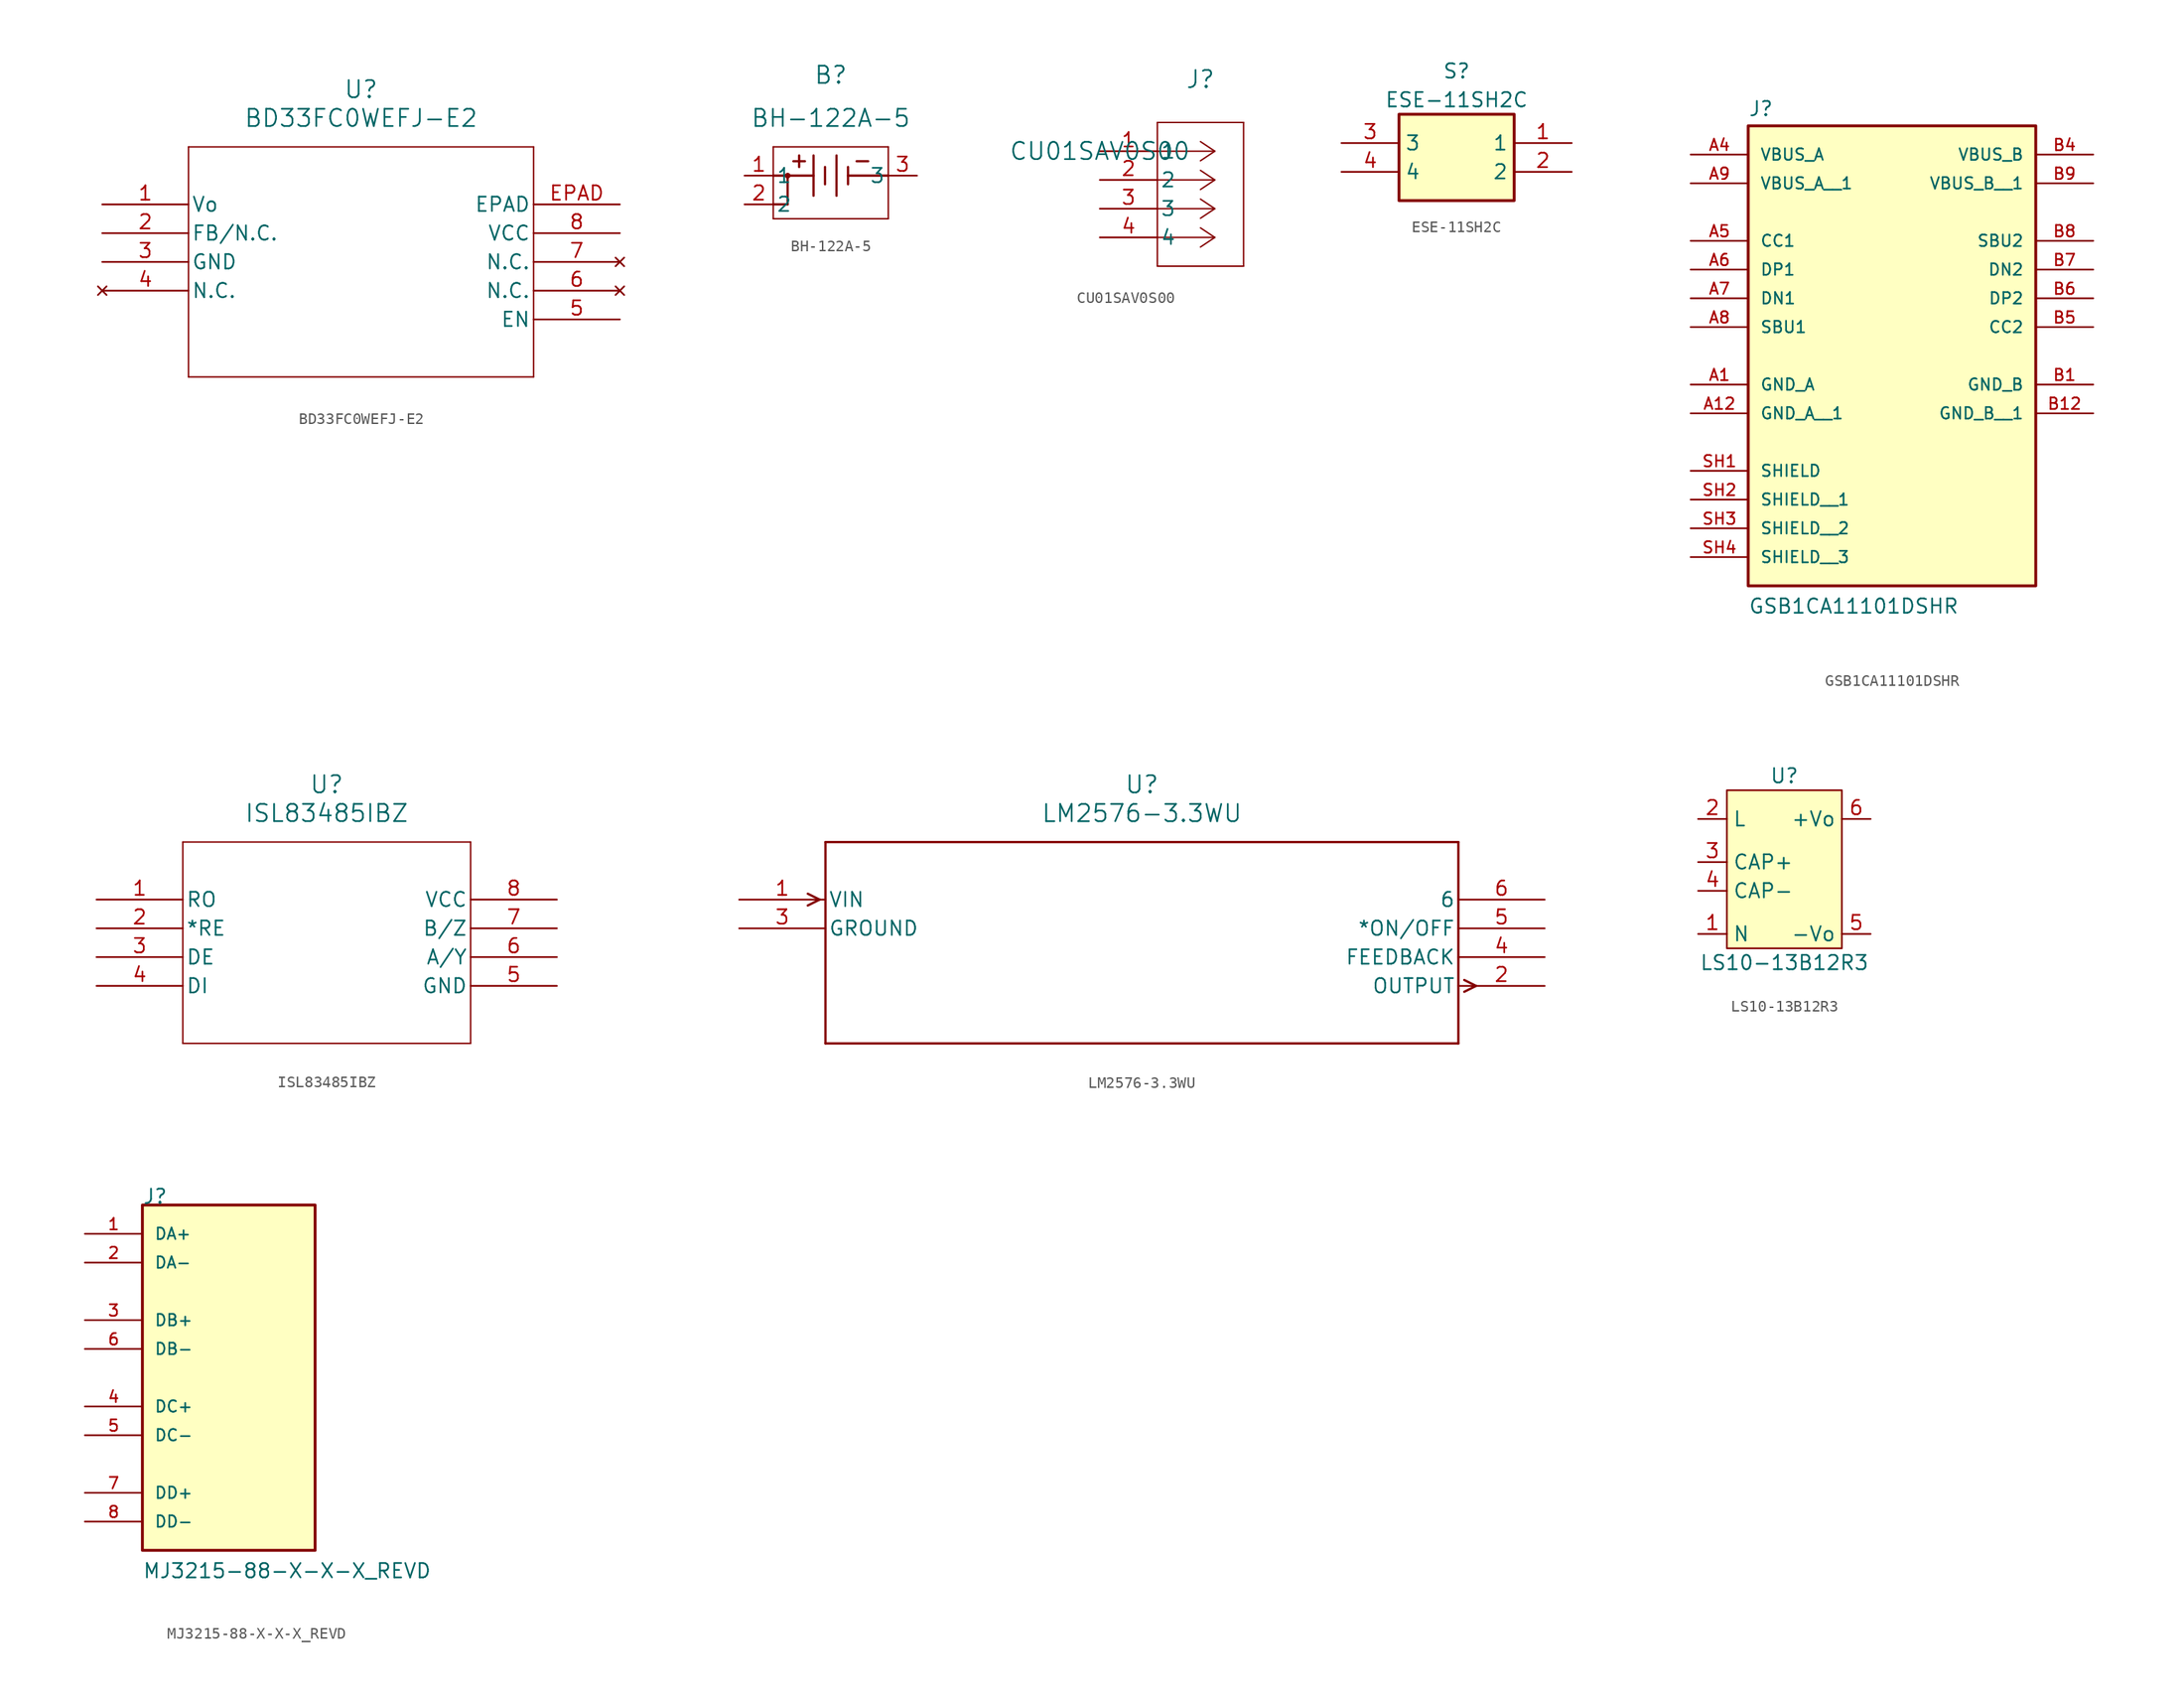
<source format=kicad_sym>
(kicad_symbol_lib
  (version 20211014)
  (generator kicad_symbol_editor)
  (symbol "BD33FC0WEFJ-E2"
    (pin_names
      (offset 0.254))
    (property "Reference" "U"
      (at 22.86 10.16 0)
      (effects (font (size 1.524 1.524))))
    (property "Value" "BD33FC0WEFJ-E2"
      (at 22.86 7.62 0)
      (effects (font (size 1.524 1.524))))
    (property "ki_locked" ""
      (at 0 0 0)
      (effects (font (size 1.27 1.27))))
    (symbol "BD33FC0WEFJ-E2_0_1"
      (polyline (pts (xy 7.62 -15.24) (xy 38.1 -15.24)) (stroke (width 0.127) (type default) (color 0 0 0 0)) (fill (type none)))
      (polyline (pts (xy 7.62 5.08) (xy 7.62 -15.24)) (stroke (width 0.127) (type default) (color 0 0 0 0)) (fill (type none)))
      (polyline (pts (xy 38.1 -15.24) (xy 38.1 5.08)) (stroke (width 0.127) (type default) (color 0 0 0 0)) (fill (type none)))
      (polyline (pts (xy 38.1 5.08) (xy 7.62 5.08)) (stroke (width 0.127) (type default) (color 0 0 0 0)) (fill (type none)))
      (pin unspecified line (at 0 0 0) (length 7.62) (name "Vo" (effects (font (size 1.27 1.27)))) (number "1" (effects (font (size 1.27 1.27)))))
      (pin unspecified line (at 0 -2.54 0) (length 7.62) (name "FB/N.C." (effects (font (size 1.27 1.27)))) (number "2" (effects (font (size 1.27 1.27)))))
      (pin power_out line (at 0 -5.08 0) (length 7.62) (name "GND" (effects (font (size 1.27 1.27)))) (number "3" (effects (font (size 1.27 1.27)))))
      (pin no_connect line (at 0 -7.62 0) (length 7.62) (name "N.C." (effects (font (size 1.27 1.27)))) (number "4" (effects (font (size 1.27 1.27)))))
      (pin unspecified line (at 45.72 -10.16 180) (length 7.62) (name "EN" (effects (font (size 1.27 1.27)))) (number "5" (effects (font (size 1.27 1.27)))))
      (pin no_connect line (at 45.72 -7.62 180) (length 7.62) (name "N.C." (effects (font (size 1.27 1.27)))) (number "6" (effects (font (size 1.27 1.27)))))
      (pin no_connect line (at 45.72 -5.08 180) (length 7.62) (name "N.C." (effects (font (size 1.27 1.27)))) (number "7" (effects (font (size 1.27 1.27)))))
      (pin power_in line (at 45.72 -2.54 180) (length 7.62) (name "VCC" (effects (font (size 1.27 1.27)))) (number "8" (effects (font (size 1.27 1.27)))))
      (pin unspecified line (at 45.72 0 180) (length 7.62) (name "EPAD" (effects (font (size 1.27 1.27)))) (number "EPAD" (effects (font (size 1.27 1.27)))))))
  (symbol "BH-122A-5"
    (pin_names
      (offset 0.254))
    (property "Reference" "B"
      (at 7.62 8.89 0)
      (effects (font (size 1.524 1.524))))
    (property "Value" "BH-122A-5"
      (at 7.62 5.08 0)
      (effects (font (size 1.524 1.524))))
    (symbol "BH-122A-5_0_1"
      (polyline (pts (xy 9.144 0) (xy 12.7 0)) (stroke (width 0.203) (type default) (color 0 0 0 0)) (fill (type none)))
      (polyline (pts (xy 6.096 -1.778) (xy 6.096 1.778)) (stroke (width 0.203) (type default) (color 0 0 0 0)) (fill (type none)))
      (polyline (pts (xy 4.318 1.27) (xy 5.334 1.27)) (stroke (width 0.203) (type default) (color 0 0 0 0)) (fill (type none)))
      (polyline (pts (xy 2.54 2.54) (xy 2.54 -3.81)) (stroke (width 0.127) (type default) (color 0 0 0 0)) (fill (type none)))
      (polyline (pts (xy 8.128 -1.778) (xy 8.128 1.778)) (stroke (width 0.203) (type default) (color 0 0 0 0)) (fill (type none)))
      (polyline (pts (xy 9.144 0.762) (xy 9.144 -0.762)) (stroke (width 0.203) (type default) (color 0 0 0 0)) (fill (type none)))
      (polyline (pts (xy 7.112 0.762) (xy 7.112 -0.762)) (stroke (width 0.203) (type default) (color 0 0 0 0)) (fill (type none)))
      (polyline (pts (xy 9.906 1.27) (xy 10.922 1.27)) (stroke (width 0.203) (type default) (color 0 0 0 0)) (fill (type none)))
      (polyline (pts (xy 2.54 -3.81) (xy 12.7 -3.81)) (stroke (width 0.127) (type default) (color 0 0 0 0)) (fill (type none)))
      (polyline (pts (xy 12.7 -3.81) (xy 12.7 2.54)) (stroke (width 0.127) (type default) (color 0 0 0 0)) (fill (type none)))
      (polyline (pts (xy 12.7 2.54) (xy 2.54 2.54)) (stroke (width 0.127) (type default) (color 0 0 0 0)) (fill (type none)))
      (polyline (pts (xy 4.826 1.778) (xy 4.826 0.762)) (stroke (width 0.203) (type default) (color 0 0 0 0)) (fill (type none)))
      (polyline (pts (xy 2.54 0) (xy 6.096 0)) (stroke (width 0.203) (type default) (color 0 0 0 0)) (fill (type none)))
      (polyline (pts (xy 3.81 0) (xy 3.81 -2.54)) (stroke (width 0.203) (type default) (color 0 0 0 0)) (fill (type none)))
      (polyline (pts (xy 2.54 -2.54) (xy 3.81 -2.54)) (stroke (width 0.203) (type default) (color 0 0 0 0)) (fill (type none)))
      (circle (center 3.81 0) (radius 0.127) (stroke (width 0.254) (type default) (color 0 0 0 0)) (fill (type none)))
      (pin unspecified line (at 0 0 0) (length 2.54) (name "1" (effects (font (size 1.27 1.27)))) (number "1" (effects (font (size 1.27 1.27)))))
      (pin unspecified line (at 0 -2.54 0) (length 2.54) (name "2" (effects (font (size 1.27 1.27)))) (number "2" (effects (font (size 1.27 1.27)))))
      (pin unspecified line (at 15.24 0 180) (length 2.54) (name "3" (effects (font (size 1.27 1.27)))) (number "3" (effects (font (size 1.27 1.27)))))))
  (symbol "CU01SAV0S00"
    (pin_names
      (offset 0.254))
    (property "Reference" "J"
      (at 8.89 6.35 0)
      (effects (font (size 1.524 1.524))))
    (property "Value" "CU01SAV0S00"
      (at 0 0 0)
      (effects (font (size 1.524 1.524))))
    (property "ki_locked" ""
      (at 0 0 0)
      (effects (font (size 1.27 1.27))))
    (symbol "CU01SAV0S00_1_1"
      (polyline (pts (xy 5.08 -10.16) (xy 12.7 -10.16)) (stroke (width 0.127) (type default) (color 0 0 0 0)) (fill (type none)))
      (polyline (pts (xy 5.08 2.54) (xy 5.08 -10.16)) (stroke (width 0.127) (type default) (color 0 0 0 0)) (fill (type none)))
      (polyline (pts (xy 10.16 -7.62) (xy 5.08 -7.62)) (stroke (width 0.127) (type default) (color 0 0 0 0)) (fill (type none)))
      (polyline (pts (xy 10.16 -7.62) (xy 8.89 -8.467)) (stroke (width 0.127) (type default) (color 0 0 0 0)) (fill (type none)))
      (polyline (pts (xy 10.16 -7.62) (xy 8.89 -6.773)) (stroke (width 0.127) (type default) (color 0 0 0 0)) (fill (type none)))
      (polyline (pts (xy 10.16 -5.08) (xy 5.08 -5.08)) (stroke (width 0.127) (type default) (color 0 0 0 0)) (fill (type none)))
      (polyline (pts (xy 10.16 -5.08) (xy 8.89 -5.927)) (stroke (width 0.127) (type default) (color 0 0 0 0)) (fill (type none)))
      (polyline (pts (xy 10.16 -5.08) (xy 8.89 -4.233)) (stroke (width 0.127) (type default) (color 0 0 0 0)) (fill (type none)))
      (polyline (pts (xy 10.16 -2.54) (xy 5.08 -2.54)) (stroke (width 0.127) (type default) (color 0 0 0 0)) (fill (type none)))
      (polyline (pts (xy 10.16 -2.54) (xy 8.89 -3.387)) (stroke (width 0.127) (type default) (color 0 0 0 0)) (fill (type none)))
      (polyline (pts (xy 10.16 -2.54) (xy 8.89 -1.693)) (stroke (width 0.127) (type default) (color 0 0 0 0)) (fill (type none)))
      (polyline (pts (xy 10.16 0) (xy 5.08 0)) (stroke (width 0.127) (type default) (color 0 0 0 0)) (fill (type none)))
      (polyline (pts (xy 10.16 0) (xy 8.89 -0.847)) (stroke (width 0.127) (type default) (color 0 0 0 0)) (fill (type none)))
      (polyline (pts (xy 10.16 0) (xy 8.89 0.847)) (stroke (width 0.127) (type default) (color 0 0 0 0)) (fill (type none)))
      (polyline (pts (xy 12.7 -10.16) (xy 12.7 2.54)) (stroke (width 0.127) (type default) (color 0 0 0 0)) (fill (type none)))
      (polyline (pts (xy 12.7 2.54) (xy 5.08 2.54)) (stroke (width 0.127) (type default) (color 0 0 0 0)) (fill (type none)))
      (pin unspecified line (at 0 0 0) (length 5.08) (name "1" (effects (font (size 1.27 1.27)))) (number "1" (effects (font (size 1.27 1.27)))))
      (pin unspecified line (at 0 -2.54 0) (length 5.08) (name "2" (effects (font (size 1.27 1.27)))) (number "2" (effects (font (size 1.27 1.27)))))
      (pin unspecified line (at 0 -5.08 0) (length 5.08) (name "3" (effects (font (size 1.27 1.27)))) (number "3" (effects (font (size 1.27 1.27)))))
      (pin unspecified line (at 0 -7.62 0) (length 5.08) (name "4" (effects (font (size 1.27 1.27)))) (number "4" (effects (font (size 1.27 1.27)))))))
  (symbol "ESE-11SH2C"
    (property "Reference" "S"
      (at 10.16 6.35 0)
      (effects (font (size 1.27 1.27))))
    (property "Value" "ESE-11SH2C"
      (at 10.16 3.81 0)
      (effects (font (size 1.27 1.27))))
    (symbol "ESE-11SH2C_1_1"
      (rectangle (start 5.08 2.54) (end 15.24 -5.08) (stroke (width 0.254) (type default) (color 0 0 0 0)) (fill (type background)))
      (pin passive line (at 20.32 0 180) (length 5.08) (name "1" (effects (font (size 1.27 1.27)))) (number "1" (effects (font (size 1.27 1.27)))))
      (pin passive line (at 20.32 -2.54 180) (length 5.08) (name "2" (effects (font (size 1.27 1.27)))) (number "2" (effects (font (size 1.27 1.27)))))
      (pin passive line (at 0 0 0) (length 5.08) (name "3" (effects (font (size 1.27 1.27)))) (number "3" (effects (font (size 1.27 1.27)))))
      (pin passive line (at 0 -2.54 0) (length 5.08) (name "4" (effects (font (size 1.27 1.27)))) (number "4" (effects (font (size 1.27 1.27)))))))
  (symbol "GSB1CA11101DSHR"
    (pin_names
      (offset 1.016))
    (property "Reference" "J"
      (at -12.7 13.462 0)
      (effects (font (size 1.27 1.27)) (justify left bottom)))
    (property "Value" "GSB1CA11101DSHR"
      (at -12.7 -30.48 0)
      (effects (font (size 1.27 1.27)) (justify left bottom)))
    (symbol "GSB1CA11101DSHR_0_0"
      (rectangle (start -12.7 -27.94) (end 12.7 12.7) (stroke (width 0.254) (type default) (color 0 0 0 0)) (fill (type background)))
      (pin power_in line (at -17.78 -10.16 0) (length 5.08) (name "GND_A" (effects (font (size 1.016 1.016)))) (number "A1" (effects (font (size 1.016 1.016)))))
      (pin power_in line (at -17.78 -12.7 0) (length 5.08) (name "GND_A__1" (effects (font (size 1.016 1.016)))) (number "A12" (effects (font (size 1.016 1.016)))))
      (pin power_in line (at -17.78 10.16 0) (length 5.08) (name "VBUS_A" (effects (font (size 1.016 1.016)))) (number "A4" (effects (font (size 1.016 1.016)))))
      (pin bidirectional line (at -17.78 2.54 0) (length 5.08) (name "CC1" (effects (font (size 1.016 1.016)))) (number "A5" (effects (font (size 1.016 1.016)))))
      (pin bidirectional line (at -17.78 0 0) (length 5.08) (name "DP1" (effects (font (size 1.016 1.016)))) (number "A6" (effects (font (size 1.016 1.016)))))
      (pin bidirectional line (at -17.78 -2.54 0) (length 5.08) (name "DN1" (effects (font (size 1.016 1.016)))) (number "A7" (effects (font (size 1.016 1.016)))))
      (pin bidirectional line (at -17.78 -5.08 0) (length 5.08) (name "SBU1" (effects (font (size 1.016 1.016)))) (number "A8" (effects (font (size 1.016 1.016)))))
      (pin power_in line (at -17.78 7.62 0) (length 5.08) (name "VBUS_A__1" (effects (font (size 1.016 1.016)))) (number "A9" (effects (font (size 1.016 1.016)))))
      (pin power_in line (at 17.78 -10.16 180) (length 5.08) (name "GND_B" (effects (font (size 1.016 1.016)))) (number "B1" (effects (font (size 1.016 1.016)))))
      (pin power_in line (at 17.78 -12.7 180) (length 5.08) (name "GND_B__1" (effects (font (size 1.016 1.016)))) (number "B12" (effects (font (size 1.016 1.016)))))
      (pin power_in line (at 17.78 10.16 180) (length 5.08) (name "VBUS_B" (effects (font (size 1.016 1.016)))) (number "B4" (effects (font (size 1.016 1.016)))))
      (pin bidirectional line (at 17.78 -5.08 180) (length 5.08) (name "CC2" (effects (font (size 1.016 1.016)))) (number "B5" (effects (font (size 1.016 1.016)))))
      (pin bidirectional line (at 17.78 -2.54 180) (length 5.08) (name "DP2" (effects (font (size 1.016 1.016)))) (number "B6" (effects (font (size 1.016 1.016)))))
      (pin bidirectional line (at 17.78 0 180) (length 5.08) (name "DN2" (effects (font (size 1.016 1.016)))) (number "B7" (effects (font (size 1.016 1.016)))))
      (pin bidirectional line (at 17.78 2.54 180) (length 5.08) (name "SBU2" (effects (font (size 1.016 1.016)))) (number "B8" (effects (font (size 1.016 1.016)))))
      (pin power_in line (at 17.78 7.62 180) (length 5.08) (name "VBUS_B__1" (effects (font (size 1.016 1.016)))) (number "B9" (effects (font (size 1.016 1.016)))))
      (pin passive line (at -17.78 -17.78 0) (length 5.08) (name "SHIELD" (effects (font (size 1.016 1.016)))) (number "SH1" (effects (font (size 1.016 1.016)))))
      (pin passive line (at -17.78 -20.32 0) (length 5.08) (name "SHIELD__1" (effects (font (size 1.016 1.016)))) (number "SH2" (effects (font (size 1.016 1.016)))))
      (pin passive line (at -17.78 -22.86 0) (length 5.08) (name "SHIELD__2" (effects (font (size 1.016 1.016)))) (number "SH3" (effects (font (size 1.016 1.016)))))
      (pin passive line (at -17.78 -25.4 0) (length 5.08) (name "SHIELD__3" (effects (font (size 1.016 1.016)))) (number "SH4" (effects (font (size 1.016 1.016)))))))
  (symbol "ISL83485IBZ"
    (pin_names
      (offset 0.254))
    (property "Reference" "U"
      (at 20.32 10.16 0)
      (effects (font (size 1.524 1.524))))
    (property "Value" "ISL83485IBZ"
      (at 20.32 7.62 0)
      (effects (font (size 1.524 1.524))))
    (property "ki_locked" ""
      (at 0 0 0)
      (effects (font (size 1.27 1.27))))
    (symbol "ISL83485IBZ_0_1"
      (polyline (pts (xy 7.62 -12.7) (xy 33.02 -12.7)) (stroke (width 0.127) (type default) (color 0 0 0 0)) (fill (type none)))
      (polyline (pts (xy 7.62 5.08) (xy 7.62 -12.7)) (stroke (width 0.127) (type default) (color 0 0 0 0)) (fill (type none)))
      (polyline (pts (xy 33.02 -12.7) (xy 33.02 5.08)) (stroke (width 0.127) (type default) (color 0 0 0 0)) (fill (type none)))
      (polyline (pts (xy 33.02 5.08) (xy 7.62 5.08)) (stroke (width 0.127) (type default) (color 0 0 0 0)) (fill (type none)))
      (pin output line (at 0 0 0) (length 7.62) (name "RO" (effects (font (size 1.27 1.27)))) (number "1" (effects (font (size 1.27 1.27)))))
      (pin output line (at 0 -2.54 0) (length 7.62) (name "*RE" (effects (font (size 1.27 1.27)))) (number "2" (effects (font (size 1.27 1.27)))))
      (pin output line (at 0 -5.08 0) (length 7.62) (name "DE" (effects (font (size 1.27 1.27)))) (number "3" (effects (font (size 1.27 1.27)))))
      (pin input line (at 0 -7.62 0) (length 7.62) (name "DI" (effects (font (size 1.27 1.27)))) (number "4" (effects (font (size 1.27 1.27)))))
      (pin power_in line (at 40.64 -7.62 180) (length 7.62) (name "GND" (effects (font (size 1.27 1.27)))) (number "5" (effects (font (size 1.27 1.27)))))
      (pin bidirectional line (at 40.64 -5.08 180) (length 7.62) (name "A/Y" (effects (font (size 1.27 1.27)))) (number "6" (effects (font (size 1.27 1.27)))))
      (pin bidirectional line (at 40.64 -2.54 180) (length 7.62) (name "B/Z" (effects (font (size 1.27 1.27)))) (number "7" (effects (font (size 1.27 1.27)))))
      (pin power_in line (at 40.64 0 180) (length 7.62) (name "VCC" (effects (font (size 1.27 1.27)))) (number "8" (effects (font (size 1.27 1.27)))))))
  (symbol "LM2576-3.3WU"
    (pin_names
      (offset 0.254))
    (property "Reference" "U"
      (at 35.56 10.16 0)
      (effects (font (size 1.524 1.524))))
    (property "Value" "LM2576-3.3WU"
      (at 35.56 7.62 0)
      (effects (font (size 1.524 1.524))))
    (property "ki_locked" ""
      (at 0 0 0)
      (effects (font (size 1.27 1.27))))
    (symbol "LM2576-3.3WU_0_1"
      (polyline (pts (xy 7.099 0) (xy 6.058 -0.521)) (stroke (width 0.203) (type default) (color 0 0 0 0)) (fill (type none)))
      (polyline (pts (xy 7.099 0) (xy 6.058 0.521)) (stroke (width 0.203) (type default) (color 0 0 0 0)) (fill (type none)))
      (polyline (pts (xy 7.62 -12.7) (xy 63.5 -12.7)) (stroke (width 0.203) (type default) (color 0 0 0 0)) (fill (type none)))
      (polyline (pts (xy 7.62 5.08) (xy 7.62 -12.7)) (stroke (width 0.203) (type default) (color 0 0 0 0)) (fill (type none)))
      (polyline (pts (xy 63.5 -12.7) (xy 63.5 5.08)) (stroke (width 0.203) (type default) (color 0 0 0 0)) (fill (type none)))
      (polyline (pts (xy 63.5 5.08) (xy 7.62 5.08)) (stroke (width 0.203) (type default) (color 0 0 0 0)) (fill (type none)))
      (polyline (pts (xy 64.021 -8.141) (xy 65.062 -7.62)) (stroke (width 0.203) (type default) (color 0 0 0 0)) (fill (type none)))
      (polyline (pts (xy 64.021 -7.099) (xy 65.062 -7.62)) (stroke (width 0.203) (type default) (color 0 0 0 0)) (fill (type none)))
      (pin input line (at 0 0 0) (length 7.62) (name "VIN" (effects (font (size 1.27 1.27)))) (number "1" (effects (font (size 1.27 1.27)))))
      (pin output line (at 71.12 -7.62 180) (length 7.62) (name "OUTPUT" (effects (font (size 1.27 1.27)))) (number "2" (effects (font (size 1.27 1.27)))))
      (pin power_in line (at 0 -2.54 0) (length 7.62) (name "GROUND" (effects (font (size 1.27 1.27)))) (number "3" (effects (font (size 1.27 1.27)))))
      (pin unspecified line (at 71.12 -5.08 180) (length 7.62) (name "FEEDBACK" (effects (font (size 1.27 1.27)))) (number "4" (effects (font (size 1.27 1.27)))))
      (pin unspecified line (at 71.12 -2.54 180) (length 7.62) (name "*ON/OFF" (effects (font (size 1.27 1.27)))) (number "5" (effects (font (size 1.27 1.27)))))
      (pin unspecified line (at 71.12 0 180) (length 7.62) (name "6" (effects (font (size 1.27 1.27)))) (number "6" (effects (font (size 1.27 1.27)))))))
  (symbol "LS10-13B12R3"
    (property "Reference" "U"
      (at 0 8.89 0)
      (effects (font (size 1.27 1.27))))
    (property "Value" "LS10-13B12R3"
      (at 0 -7.62 0)
      (effects (font (size 1.27 1.27))))
    (symbol "LS10-13B12R3_0_1"
      (rectangle (start -5.08 7.62) (end 5.08 -6.35) (stroke (width 0) (type default) (color 0 0 0 0)) (fill (type background))))
    (symbol "LS10-13B12R3_1_1"
      (pin passive line (at -7.62 -5.08 0) (length 2.54) (name "N" (effects (font (size 1.27 1.27)))) (number "1" (effects (font (size 1.27 1.27)))))
      (pin passive line (at -7.62 5.08 0) (length 2.54) (name "L" (effects (font (size 1.27 1.27)))) (number "2" (effects (font (size 1.27 1.27)))))
      (pin passive line (at -7.62 1.27 0) (length 2.54) (name "CAP+" (effects (font (size 1.27 1.27)))) (number "3" (effects (font (size 1.27 1.27)))))
      (pin passive line (at -7.62 -1.27 0) (length 2.54) (name "CAP-" (effects (font (size 1.27 1.27)))) (number "4" (effects (font (size 1.27 1.27)))))
      (pin passive line (at 7.62 -5.08 180) (length 2.54) (name "-Vo" (effects (font (size 1.27 1.27)))) (number "5" (effects (font (size 1.27 1.27)))))
      (pin passive line (at 7.62 5.08 180) (length 2.54) (name "+Vo" (effects (font (size 1.27 1.27)))) (number "6" (effects (font (size 1.27 1.27)))))))
  (symbol "MJ3215-88-X-X-X_REVD"
    (pin_names
      (offset 1.016))
    (property "Reference" "J"
      (at -5.084 15.252 0)
      (effects (font (size 1.27 1.27)) (justify left bottom)))
    (property "Value" "MJ3215-88-X-X-X_REVD"
      (at -5.083 -17.79 0)
      (effects (font (size 1.27 1.27)) (justify left bottom)))
    (symbol "MJ3215-88-X-X-X_REVD_0_0"
      (rectangle (start -5.08 -15.24) (end 10.16 15.24) (stroke (width 0.254) (type default) (color 0 0 0 0)) (fill (type background)))
      (pin bidirectional line (at -10.16 12.7 0) (length 5.08) (name "DA+" (effects (font (size 1.016 1.016)))) (number "1" (effects (font (size 1.016 1.016)))))
      (pin bidirectional line (at -10.16 10.16 0) (length 5.08) (name "DA-" (effects (font (size 1.016 1.016)))) (number "2" (effects (font (size 1.016 1.016)))))
      (pin bidirectional line (at -10.16 5.08 0) (length 5.08) (name "DB+" (effects (font (size 1.016 1.016)))) (number "3" (effects (font (size 1.016 1.016)))))
      (pin bidirectional line (at -10.16 -2.54 0) (length 5.08) (name "DC+" (effects (font (size 1.016 1.016)))) (number "4" (effects (font (size 1.016 1.016)))))
      (pin bidirectional line (at -10.16 -5.08 0) (length 5.08) (name "DC-" (effects (font (size 1.016 1.016)))) (number "5" (effects (font (size 1.016 1.016)))))
      (pin bidirectional line (at -10.16 2.54 0) (length 5.08) (name "DB-" (effects (font (size 1.016 1.016)))) (number "6" (effects (font (size 1.016 1.016)))))
      (pin bidirectional line (at -10.16 -10.16 0) (length 5.08) (name "DD+" (effects (font (size 1.016 1.016)))) (number "7" (effects (font (size 1.016 1.016)))))
      (pin bidirectional line (at -10.16 -12.7 0) (length 5.08) (name "DD-" (effects (font (size 1.016 1.016)))) (number "8" (effects (font (size 1.016 1.016))))))))
</source>
